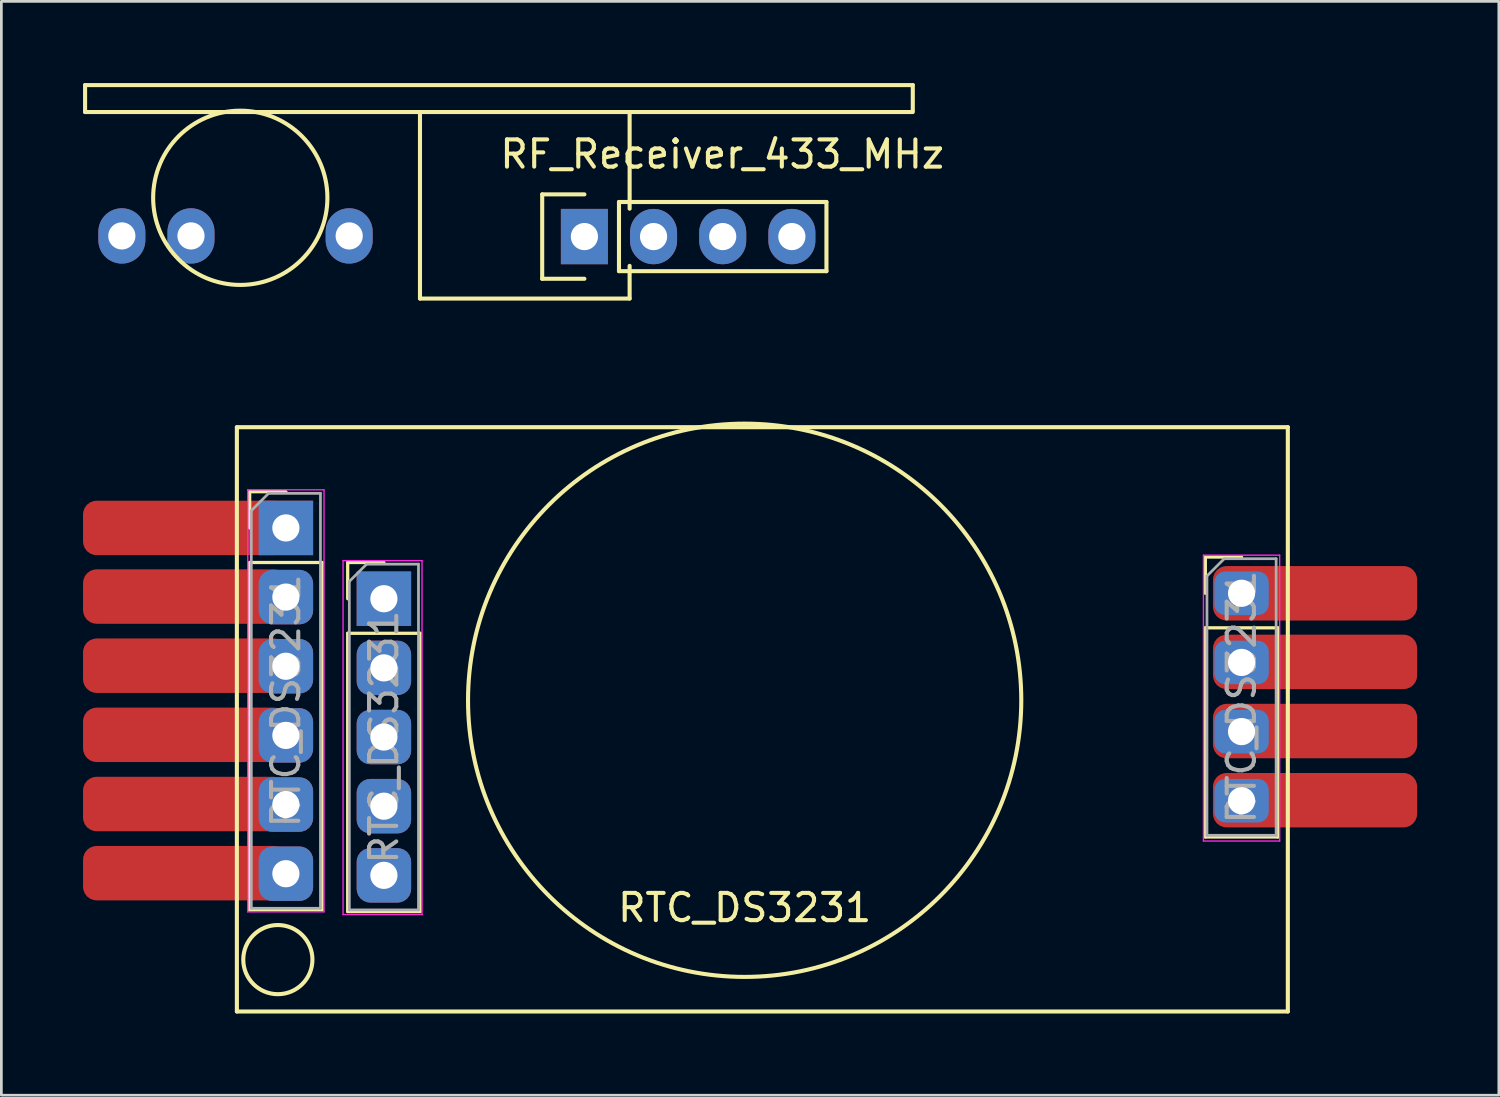
<source format=kicad_pcb>
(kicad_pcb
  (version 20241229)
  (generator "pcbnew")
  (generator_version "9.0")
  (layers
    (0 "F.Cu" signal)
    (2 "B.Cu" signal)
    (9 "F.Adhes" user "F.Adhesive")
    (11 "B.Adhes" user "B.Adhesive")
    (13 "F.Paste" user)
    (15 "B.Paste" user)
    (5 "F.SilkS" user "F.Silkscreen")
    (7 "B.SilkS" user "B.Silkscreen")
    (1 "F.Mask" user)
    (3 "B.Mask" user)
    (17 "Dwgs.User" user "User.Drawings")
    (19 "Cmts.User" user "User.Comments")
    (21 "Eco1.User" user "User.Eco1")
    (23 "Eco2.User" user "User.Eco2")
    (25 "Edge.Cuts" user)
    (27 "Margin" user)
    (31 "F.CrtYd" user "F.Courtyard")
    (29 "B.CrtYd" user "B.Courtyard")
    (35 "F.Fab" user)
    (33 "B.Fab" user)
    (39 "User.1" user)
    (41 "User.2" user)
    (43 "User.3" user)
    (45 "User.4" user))
  (footprint "RF_Receiver_433_MHz"
    (layer "F.Cu")
    (at 23.475 5.615)
    (property "Reference" "RF_Receiver_433_MHz" (at 0 -3 0) (layer "F.SilkS") (effects (font (size 1 1) (thickness 0.15))))
    (attr through_hole)
    (fp_line (start -23.4 -5.54) (end -23.4 -4.55) (stroke (width 0.15) (type solid)) (layer "F.SilkS"))
    (fp_line (start -23.4 -4.55) (end 7 -4.55) (stroke (width 0.15) (type solid)) (layer "F.SilkS"))
    (fp_line (start -11.1 -4.5) (end -11.1 2.3) (stroke (width 0.15) (type solid)) (layer "F.SilkS"))
    (fp_line (start -11.1 2.3) (end -3.4 2.3) (stroke (width 0.15) (type solid)) (layer "F.SilkS"))
    (fp_line (start -6.611 -1.526) (end -5.061 -1.526) (stroke (width 0.15) (type solid)) (layer "F.SilkS"))
    (fp_line (start -6.611 1.574) (end -6.611 -1.526) (stroke (width 0.15) (type solid)) (layer "F.SilkS"))
    (fp_line (start -5.061 1.574) (end -6.611 1.574) (stroke (width 0.15) (type solid)) (layer "F.SilkS"))
    (fp_line (start -3.791 -1.246) (end -3.791 1.294) (stroke (width 0.15) (type solid)) (layer "F.SilkS"))
    (fp_line (start -3.791 -1.246) (end 3.829 -1.246) (stroke (width 0.15) (type solid)) (layer "F.SilkS"))
    (fp_line (start -3.791 1.294) (end 3.829 1.294) (stroke (width 0.15) (type solid)) (layer "F.SilkS"))
    (fp_line (start -3.4 -1) (end -3.4 -4.5) (stroke (width 0.15) (type solid)) (layer "F.SilkS"))
    (fp_line (start -3.4 2.3) (end -3.4 1.1) (stroke (width 0.15) (type solid)) (layer "F.SilkS"))
    (fp_line (start 3.829 1.294) (end 3.829 -1.246) (stroke (width 0.15) (type solid)) (layer "F.SilkS"))
    (fp_line (start 7 -5.54) (end -23.4 -5.54) (stroke (width 0.15) (type solid)) (layer "F.SilkS"))
    (fp_line (start 7 -4.6) (end 7 -5.54) (stroke (width 0.15) (type solid)) (layer "F.SilkS"))
    (fp_circle (center -17.7 -1.4) (end -14.5 -1.4) (stroke (width 0.15) (type solid)) (fill no) (layer "F.SilkS"))
    (pad "1" thru_hole rect (at -5.061 0.024 90) (size 2.032 1.727) (drill 1) (layers "*.Cu" "*.Mask"))
    (pad "3" thru_hole oval (at -2.521 0.024 90) (size 2.032 1.727) (drill 1) (layers "*.Cu" "*.Mask"))
    (pad "3" thru_hole oval (at 0.019 0.024 90) (size 2.032 1.727) (drill 1) (layers "*.Cu" "*.Mask"))
    (pad "4" thru_hole oval (at -19.51 0 90) (size 2.032 1.727) (drill 1) (layers "*.Cu" "*.Mask"))
    (pad "4" thru_hole oval (at -13.7 0 90) (size 2.032 1.727) (drill 1) (layers "*.Cu" "*.Mask"))
    (pad "4" thru_hole oval (at 2.559 0.024 90) (size 2.032 1.727) (drill 1) (layers "*.Cu" "*.Mask"))
    (pad "5" thru_hole oval (at -22.05 0 90) (size 2.032 1.727) (drill 1) (layers "*.Cu" "*.Mask")))
  (footprint "RTC_DS3231"
    (layer "F.Cu")
    (at 5.25 11.24)
    (property "Reference" "RTC_DS3231" (at 19.05 19.05 0) (layer "F.SilkS") (effects (font (size 1 1) (thickness 0.15))))
    (attr through_hole)
    (fp_line (start 0.4 1.4) (end 0.4 22.86) (stroke (width 0.15) (type solid)) (layer "F.SilkS"))
    (fp_line (start 0.4 1.4) (end 39 1.4) (stroke (width 0.15) (type solid)) (layer "F.SilkS"))
    (fp_line (start 0.4 22.86) (end 39 22.86) (stroke (width 0.15) (type solid)) (layer "F.SilkS"))
    (fp_line (start 0.87 3.77) (end 2.2 3.77) (stroke (width 0.12) (type solid)) (layer "F.SilkS"))
    (fp_line (start 0.87 5.1) (end 0.87 3.77) (stroke (width 0.12) (type solid)) (layer "F.SilkS"))
    (fp_line (start 0.87 6.37) (end 0.87 19.13) (stroke (width 0.12) (type solid)) (layer "F.SilkS"))
    (fp_line (start 0.87 6.37) (end 3.53 6.37) (stroke (width 0.12) (type solid)) (layer "F.SilkS"))
    (fp_line (start 0.87 19.13) (end 3.53 19.13) (stroke (width 0.12) (type solid)) (layer "F.SilkS"))
    (fp_line (start 3.53 6.37) (end 3.53 19.13) (stroke (width 0.12) (type solid)) (layer "F.SilkS"))
    (fp_line (start 4.47 6.37) (end 5.8 6.37) (stroke (width 0.12) (type solid)) (layer "F.SilkS"))
    (fp_line (start 4.47 7.7) (end 4.47 6.37) (stroke (width 0.12) (type solid)) (layer "F.SilkS"))
    (fp_line (start 4.47 8.97) (end 4.47 19.19) (stroke (width 0.12) (type solid)) (layer "F.SilkS"))
    (fp_line (start 4.47 8.97) (end 7.13 8.97) (stroke (width 0.12) (type solid)) (layer "F.SilkS"))
    (fp_line (start 4.47 19.19) (end 7.13 19.19) (stroke (width 0.12) (type solid)) (layer "F.SilkS"))
    (fp_line (start 7.13 8.97) (end 7.13 19.19) (stroke (width 0.12) (type solid)) (layer "F.SilkS"))
    (fp_line (start 35.97 6.17) (end 37.3 6.17) (stroke (width 0.12) (type solid)) (layer "F.SilkS"))
    (fp_line (start 35.97 7.5) (end 35.97 6.17) (stroke (width 0.12) (type solid)) (layer "F.SilkS"))
    (fp_line (start 35.97 8.77) (end 35.97 16.45) (stroke (width 0.12) (type solid)) (layer "F.SilkS"))
    (fp_line (start 35.97 8.77) (end 38.63 8.77) (stroke (width 0.12) (type solid)) (layer "F.SilkS"))
    (fp_line (start 35.97 16.45) (end 38.63 16.45) (stroke (width 0.12) (type solid)) (layer "F.SilkS"))
    (fp_line (start 38.63 8.77) (end 38.63 16.45) (stroke (width 0.12) (type solid)) (layer "F.SilkS"))
    (fp_line (start 39 1.4) (end 39 22.86) (stroke (width 0.15) (type solid)) (layer "F.SilkS"))
    (fp_circle (center 1.905 20.955) (end 1.905 19.685) (stroke (width 0.15) (type solid)) (fill no) (layer "F.SilkS"))
    (fp_circle (center 19.05 11.43) (end 19.05 21.59) (stroke (width 0.15) (type solid)) (fill no) (layer "F.SilkS"))
    (fp_line (start 0.8 3.7) (end 0.8 19.2) (stroke (width 0.05) (type solid)) (layer "F.CrtYd"))
    (fp_line (start 0.8 19.2) (end 3.6 19.2) (stroke (width 0.05) (type solid)) (layer "F.CrtYd"))
    (fp_line (start 3.6 3.7) (end 0.8 3.7) (stroke (width 0.05) (type solid)) (layer "F.CrtYd"))
    (fp_line (start 3.6 19.2) (end 3.6 3.7) (stroke (width 0.05) (type solid)) (layer "F.CrtYd"))
    (fp_line (start 4.3 6.3) (end 4.3 19.3) (stroke (width 0.05) (type solid)) (layer "F.CrtYd"))
    (fp_line (start 4.3 19.3) (end 7.2 19.3) (stroke (width 0.05) (type solid)) (layer "F.CrtYd"))
    (fp_line (start 7.2 6.3) (end 4.3 6.3) (stroke (width 0.05) (type solid)) (layer "F.CrtYd"))
    (fp_line (start 7.2 19.3) (end 7.2 6.3) (stroke (width 0.05) (type solid)) (layer "F.CrtYd"))
    (fp_line (start 35.9 6.1) (end 35.9 16.6) (stroke (width 0.05) (type solid)) (layer "F.CrtYd"))
    (fp_line (start 35.9 16.6) (end 38.7 16.6) (stroke (width 0.05) (type solid)) (layer "F.CrtYd"))
    (fp_line (start 38.7 6.1) (end 35.9 6.1) (stroke (width 0.05) (type solid)) (layer "F.CrtYd"))
    (fp_line (start 38.7 16.6) (end 38.7 6.1) (stroke (width 0.05) (type solid)) (layer "F.CrtYd"))
    (fp_line (start 0.93 4.465) (end 1.565 3.83) (stroke (width 0.1) (type solid)) (layer "F.Fab"))
    (fp_line (start 0.93 19.07) (end 0.93 4.465) (stroke (width 0.1) (type solid)) (layer "F.Fab"))
    (fp_line (start 1.565 3.83) (end 3.47 3.83) (stroke (width 0.1) (type solid)) (layer "F.Fab"))
    (fp_line (start 3.47 3.83) (end 3.47 19.07) (stroke (width 0.1) (type solid)) (layer "F.Fab"))
    (fp_line (start 3.47 19.07) (end 0.93 19.07) (stroke (width 0.1) (type solid)) (layer "F.Fab"))
    (fp_line (start 4.53 7.065) (end 5.165 6.43) (stroke (width 0.1) (type solid)) (layer "F.Fab"))
    (fp_line (start 4.53 19.13) (end 4.53 7.065) (stroke (width 0.1) (type solid)) (layer "F.Fab"))
    (fp_line (start 5.165 6.43) (end 7.07 6.43) (stroke (width 0.1) (type solid)) (layer "F.Fab"))
    (fp_line (start 7.07 6.43) (end 7.07 19.13) (stroke (width 0.1) (type solid)) (layer "F.Fab"))
    (fp_line (start 7.07 19.13) (end 4.53 19.13) (stroke (width 0.1) (type solid)) (layer "F.Fab"))
    (fp_line (start 36.03 6.865) (end 36.665 6.23) (stroke (width 0.1) (type solid)) (layer "F.Fab"))
    (fp_line (start 36.03 16.39) (end 36.03 6.865) (stroke (width 0.1) (type solid)) (layer "F.Fab"))
    (fp_line (start 36.665 6.23) (end 38.57 6.23) (stroke (width 0.1) (type solid)) (layer "F.Fab"))
    (fp_line (start 38.57 6.23) (end 38.57 16.39) (stroke (width 0.1) (type solid)) (layer "F.Fab"))
    (fp_line (start 38.57 16.39) (end 36.03 16.39) (stroke (width 0.1) (type solid)) (layer "F.Fab"))
    (fp_text user "Inverted" (at 8.48 13.65 90) (layer "Eco2.User") (effects (font (size 1 1) (thickness 0.15))))
    (fp_text user "Battery on Top" (at 19.1 12.1 180) (layer "Eco2.User") (effects (font (size 1 1) (thickness 0.15))))
    (fp_text user "${REFERENCE}" (at 2.2 11.45 90) (layer "F.Fab") (effects (font (size 1 1) (thickness 0.15))))
    (fp_text user "${REFERENCE}" (at 37.3 11.31 90) (layer "F.Fab") (effects (font (size 1 1) (thickness 0.15))))
    (fp_text user "${REFERENCE}" (at 5.8 12.78 90) (layer "F.Fab") (effects (font (size 1 1) (thickness 0.15))))
    (pad "1" smd roundrect (at -1.5 5.1) (size 7.5 2) (layers "F.Cu" "F.Mask" "F.Paste") (roundrect_rratio 0.25))
    (pad "1" thru_hole rect (at 2.2 5.1) (size 2 2) (drill 1) (layers "*.Cu" "*.Mask"))
    (pad "1" thru_hole roundrect (at 5.8 17.86) (size 2 2) (drill 1) (layers "*.Cu" "*.Mask") (roundrect_rratio 0.25))
    (pad "2" smd roundrect (at -1.5 7.62) (size 7.5 2) (layers "F.Cu" "F.Mask" "F.Paste") (roundrect_rratio 0.25))
    (pad "2" thru_hole roundrect (at 2.2 7.64) (size 2 2) (drill 1) (layers "*.Cu" "*.Mask") (roundrect_rratio 0.25))
    (pad "2" thru_hole rect (at 5.8 7.7) (size 2 2) (drill 1) (layers "*.Cu" "*.Mask"))
    (pad "3" smd roundrect (at -1.5 10.16) (size 7.5 2) (layers "F.Cu" "F.Mask" "F.Paste") (roundrect_rratio 0.25))
    (pad "3" thru_hole roundrect (at 2.2 10.18) (size 2 2) (drill 1) (layers "*.Cu" "*.Mask") (roundrect_rratio 0.25))
    (pad "3" thru_hole roundrect (at 5.8 10.24) (size 2 2) (drill 1) (layers "*.Cu" "*.Mask") (roundrect_rratio 0.25))
    (pad "4" smd roundrect (at -1.5 12.7) (size 7.5 2) (layers "F.Cu" "F.Mask" "F.Paste") (roundrect_rratio 0.25))
    (pad "4" thru_hole roundrect (at 2.2 12.72) (size 2 2) (drill 1) (layers "*.Cu" "*.Mask") (roundrect_rratio 0.25))
    (pad "4" thru_hole roundrect (at 5.8 12.78) (size 2 2) (drill 1) (layers "*.Cu" "*.Mask") (roundrect_rratio 0.25))
    (pad "5" smd roundrect (at -1.5 15.24) (size 7.5 2) (layers "F.Cu" "F.Mask" "F.Paste") (roundrect_rratio 0.25))
    (pad "5" thru_hole roundrect (at 2.2 15.26) (size 2 2) (drill 1) (layers "*.Cu" "*.Mask") (roundrect_rratio 0.25))
    (pad "6" smd roundrect (at -1.5 17.78) (size 7.5 2) (layers "F.Cu" "F.Mask" "F.Paste") (roundrect_rratio 0.25))
    (pad "6" thru_hole roundrect (at 2.2 17.8) (size 2 2) (drill 1) (layers "*.Cu" "*.Mask") (roundrect_rratio 0.25))
    (pad "7" thru_hole roundrect (at 37.3 15.12) (size 2 1.6) (drill 1) (layers "*.Cu" "*.Mask") (roundrect_rratio 0.25))
    (pad "7" smd roundrect (at 40 15.1) (size 7.5 2) (layers "F.Cu" "F.Mask" "F.Paste") (roundrect_rratio 0.25))
    (pad "8" thru_hole roundrect (at 37.3 12.58) (size 2 1.6) (drill 1) (layers "*.Cu" "*.Mask") (roundrect_rratio 0.25))
    (pad "8" smd roundrect (at 40 12.56) (size 7.5 2) (layers "F.Cu" "F.Mask" "F.Paste") (roundrect_rratio 0.25))
    (pad "9" thru_hole roundrect (at 37.3 10.04) (size 2 1.6) (drill 1) (layers "*.Cu" "*.Mask") (roundrect_rratio 0.25))
    (pad "9" smd roundrect (at 40 10.02) (size 7.5 2) (layers "F.Cu" "F.Mask" "F.Paste") (roundrect_rratio 0.25))
    (pad "10" thru_hole roundrect (at 37.3 7.5) (size 2 1.6) (drill 1) (layers "*.Cu" "*.Mask") (roundrect_rratio 0.25))
    (pad "10" smd roundrect (at 40 7.5) (size 7.5 2) (layers "F.Cu" "F.Mask" "F.Paste") (roundrect_rratio 0.25))
    (pad "11" thru_hole roundrect (at 5.8 15.32) (size 2 2) (drill 1) (layers "*.Cu" "*.Mask") (roundrect_rratio 0.25)))
  (gr_rect
    (start -3 -3)
    (end 52 37.175)
    (stroke (width 0.1) (type default))
    (fill no)
    (layer "Edge.Cuts")))
</source>
